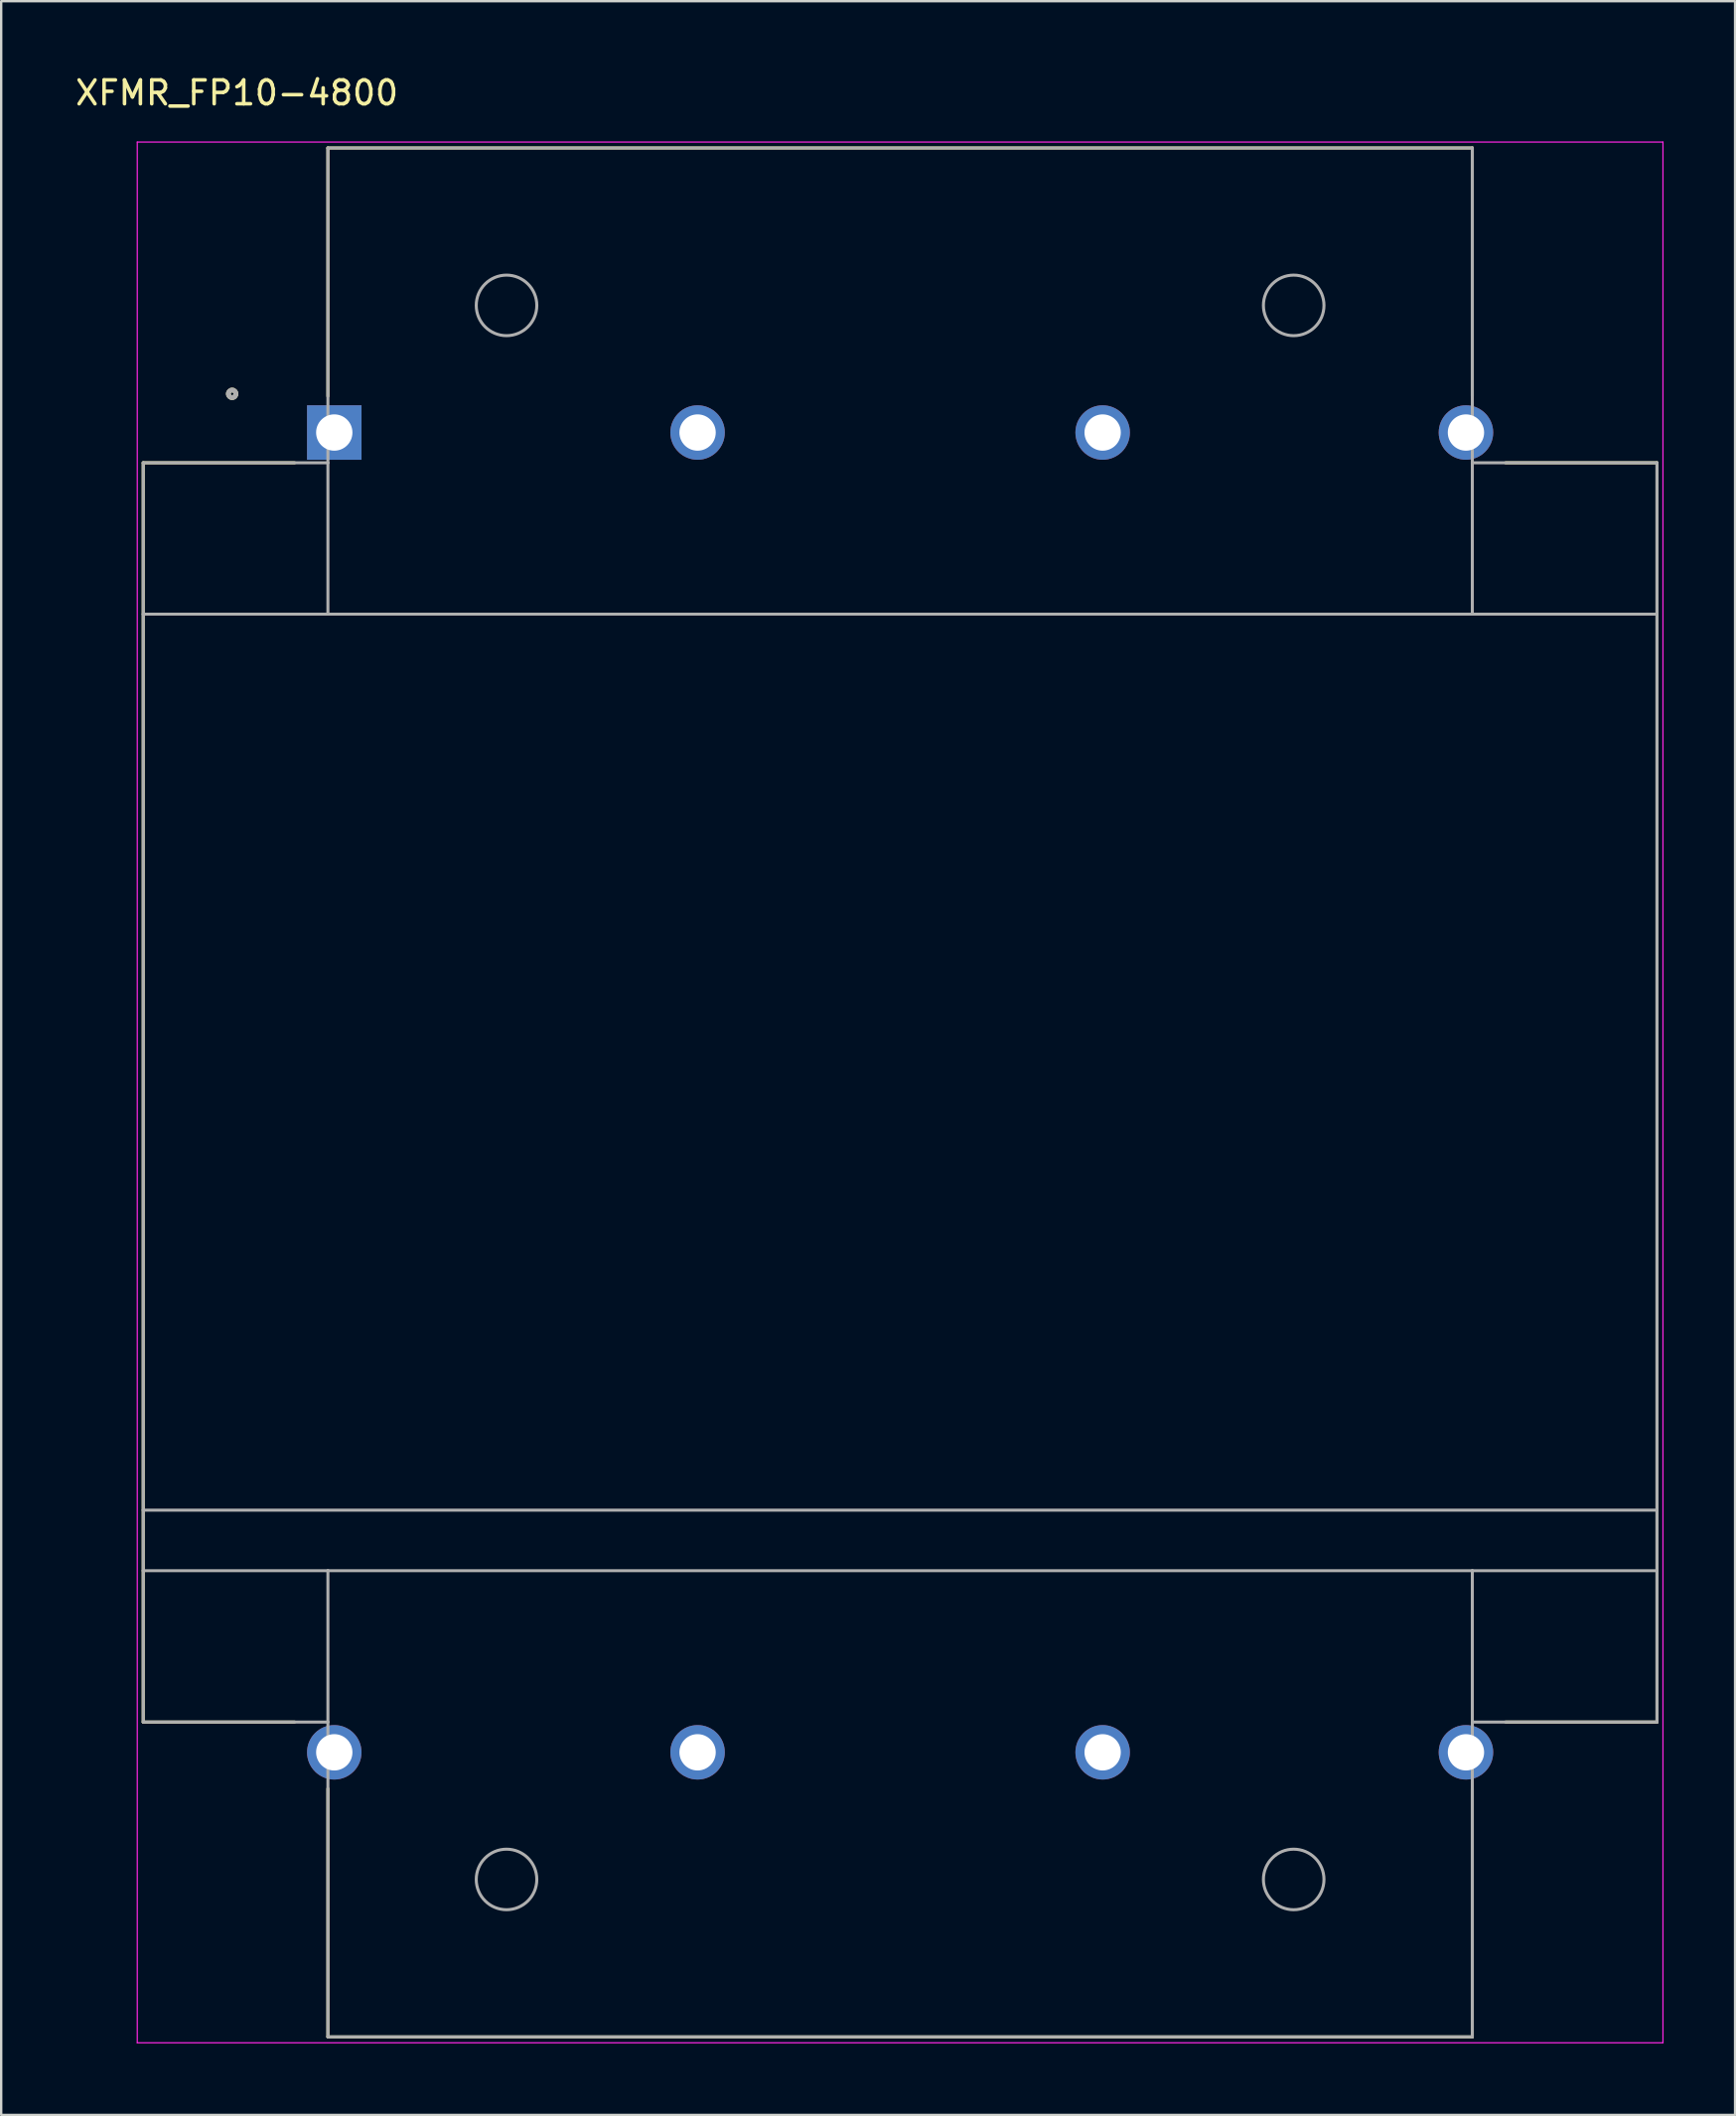
<source format=kicad_pcb>
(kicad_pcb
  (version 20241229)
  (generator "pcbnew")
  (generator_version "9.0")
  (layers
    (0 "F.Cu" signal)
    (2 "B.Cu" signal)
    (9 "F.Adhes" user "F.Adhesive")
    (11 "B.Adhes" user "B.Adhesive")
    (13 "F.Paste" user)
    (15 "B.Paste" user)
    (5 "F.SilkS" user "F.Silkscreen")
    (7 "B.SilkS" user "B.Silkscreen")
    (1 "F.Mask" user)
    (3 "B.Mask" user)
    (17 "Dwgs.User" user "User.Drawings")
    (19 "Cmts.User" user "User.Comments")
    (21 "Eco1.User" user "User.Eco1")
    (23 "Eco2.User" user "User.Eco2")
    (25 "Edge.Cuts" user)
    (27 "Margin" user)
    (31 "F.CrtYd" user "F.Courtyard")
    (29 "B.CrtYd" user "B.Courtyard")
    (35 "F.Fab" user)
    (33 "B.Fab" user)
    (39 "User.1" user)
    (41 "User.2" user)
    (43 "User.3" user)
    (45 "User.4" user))
  (footprint "XFMR_FP10-4800"
    (layer "F.Cu")
    (at 34.708 42.783)
    (property "Reference" "XFMR_FP10-4800" (at -27.821 -41.935 0) (layer "F.SilkS") (effects (font (size 1 1) (thickness 0.15))))
    (attr through_hole)
    (fp_line (start -31.75 -26.416) (end -31.75 26.416) (stroke (width 0.127) (type solid)) (layer "F.SilkS"))
    (fp_line (start -31.75 -26.416) (end -25.4 -26.416) (stroke (width 0.127) (type solid)) (layer "F.SilkS"))
    (fp_line (start -25.4 26.416) (end -31.75 26.416) (stroke (width 0.127) (type solid)) (layer "F.SilkS"))
    (fp_line (start -24.003 -39.624) (end 24.003 -39.624) (stroke (width 0.127) (type solid)) (layer "F.SilkS"))
    (fp_line (start -24.003 -29.21) (end -24.003 -39.624) (stroke (width 0.127) (type solid)) (layer "F.SilkS"))
    (fp_line (start -24.003 39.624) (end -24.003 29.21) (stroke (width 0.127) (type solid)) (layer "F.SilkS"))
    (fp_line (start 24.003 -39.624) (end 24.003 -29.21) (stroke (width 0.127) (type solid)) (layer "F.SilkS"))
    (fp_line (start 24.003 29.21) (end 24.003 39.624) (stroke (width 0.127) (type solid)) (layer "F.SilkS"))
    (fp_line (start 24.003 39.624) (end -24.003 39.624) (stroke (width 0.127) (type solid)) (layer "F.SilkS"))
    (fp_line (start 25.4 -26.416) (end 31.75 -26.416) (stroke (width 0.127) (type solid)) (layer "F.SilkS"))
    (fp_line (start 31.75 26.416) (end 25.4 26.416) (stroke (width 0.127) (type solid)) (layer "F.SilkS"))
    (fp_line (start 31.75 26.416) (end 31.75 -26.416) (stroke (width 0.127) (type solid)) (layer "F.SilkS"))
    (fp_circle (center -28.02 -29.31) (end -27.862 -29.31) (stroke (width 0.2) (type solid)) (fill no) (layer "F.SilkS"))
    (fp_line (start -32 -39.874) (end 32 -39.874) (stroke (width 0.05) (type solid)) (layer "F.CrtYd"))
    (fp_line (start -32 39.874) (end -32 -39.874) (stroke (width 0.05) (type solid)) (layer "F.CrtYd"))
    (fp_line (start 32 -39.874) (end 32 39.874) (stroke (width 0.05) (type solid)) (layer "F.CrtYd"))
    (fp_line (start 32 39.874) (end -32 39.874) (stroke (width 0.05) (type solid)) (layer "F.CrtYd"))
    (fp_line (start -31.75 -26.416) (end -24.003 -26.416) (stroke (width 0.127) (type solid)) (layer "F.Fab"))
    (fp_line (start -31.75 -20.066) (end -31.75 -26.416) (stroke (width 0.127) (type solid)) (layer "F.Fab"))
    (fp_line (start -31.75 -20.066) (end -31.75 17.526) (stroke (width 0.127) (type solid)) (layer "F.Fab"))
    (fp_line (start -31.75 20.066) (end -31.75 17.526) (stroke (width 0.127) (type solid)) (layer "F.Fab"))
    (fp_line (start -31.75 20.066) (end -24.003 20.066) (stroke (width 0.127) (type solid)) (layer "F.Fab"))
    (fp_line (start -31.75 26.416) (end -31.75 20.066) (stroke (width 0.127) (type solid)) (layer "F.Fab"))
    (fp_line (start -24.003 -39.624) (end 24.003 -39.624) (stroke (width 0.127) (type solid)) (layer "F.Fab"))
    (fp_line (start -24.003 -26.416) (end -24.003 -39.624) (stroke (width 0.127) (type solid)) (layer "F.Fab"))
    (fp_line (start -24.003 -26.416) (end -24.003 -20.066) (stroke (width 0.127) (type solid)) (layer "F.Fab"))
    (fp_line (start -24.003 -20.066) (end -31.75 -20.066) (stroke (width 0.127) (type solid)) (layer "F.Fab"))
    (fp_line (start -24.003 20.066) (end -24.003 26.416) (stroke (width 0.127) (type solid)) (layer "F.Fab"))
    (fp_line (start -24.003 20.066) (end 24.003 20.066) (stroke (width 0.127) (type solid)) (layer "F.Fab"))
    (fp_line (start -24.003 26.416) (end -31.75 26.416) (stroke (width 0.127) (type solid)) (layer "F.Fab"))
    (fp_line (start -24.003 39.624) (end -24.003 26.416) (stroke (width 0.127) (type solid)) (layer "F.Fab"))
    (fp_line (start 24.003 -39.624) (end 24.003 -26.416) (stroke (width 0.127) (type solid)) (layer "F.Fab"))
    (fp_line (start 24.003 -26.416) (end 31.75 -26.416) (stroke (width 0.127) (type solid)) (layer "F.Fab"))
    (fp_line (start 24.003 -20.066) (end -24.003 -20.066) (stroke (width 0.127) (type solid)) (layer "F.Fab"))
    (fp_line (start 24.003 -20.066) (end 24.003 -26.416) (stroke (width 0.127) (type solid)) (layer "F.Fab"))
    (fp_line (start 24.003 20.066) (end 31.75 20.066) (stroke (width 0.127) (type solid)) (layer "F.Fab"))
    (fp_line (start 24.003 26.416) (end 24.003 20.066) (stroke (width 0.127) (type solid)) (layer "F.Fab"))
    (fp_line (start 24.003 26.416) (end 24.003 39.624) (stroke (width 0.127) (type solid)) (layer "F.Fab"))
    (fp_line (start 24.003 39.624) (end -24.003 39.624) (stroke (width 0.127) (type solid)) (layer "F.Fab"))
    (fp_line (start 31.75 -26.416) (end 31.75 -20.066) (stroke (width 0.127) (type solid)) (layer "F.Fab"))
    (fp_line (start 31.75 -20.066) (end 24.003 -20.066) (stroke (width 0.127) (type solid)) (layer "F.Fab"))
    (fp_line (start 31.75 -20.066) (end 31.75 17.526) (stroke (width 0.127) (type solid)) (layer "F.Fab"))
    (fp_line (start 31.75 17.526) (end -31.75 17.526) (stroke (width 0.127) (type solid)) (layer "F.Fab"))
    (fp_line (start 31.75 20.066) (end 31.75 17.526) (stroke (width 0.127) (type solid)) (layer "F.Fab"))
    (fp_line (start 31.75 20.066) (end 31.75 26.416) (stroke (width 0.127) (type solid)) (layer "F.Fab"))
    (fp_line (start 31.75 26.416) (end 24.003 26.416) (stroke (width 0.127) (type solid)) (layer "F.Fab"))
    (fp_circle (center -28.02 -29.31) (end -27.862 -29.31) (stroke (width 0.2) (type solid)) (fill no) (layer "F.Fab"))
    (fp_circle (center -16.51 -33.02) (end -15.24 -33.02) (stroke (width 0.127) (type solid)) (fill no) (layer "F.Fab"))
    (fp_circle (center -16.51 33.02) (end -15.24 33.02) (stroke (width 0.127) (type solid)) (fill no) (layer "F.Fab"))
    (fp_circle (center 16.51 -33.02) (end 17.78 -33.02) (stroke (width 0.127) (type solid)) (fill no) (layer "F.Fab"))
    (fp_circle (center 16.51 33.02) (end 17.78 33.02) (stroke (width 0.127) (type solid)) (fill no) (layer "F.Fab"))
    (pad "1" thru_hole rect (at -23.736 -27.686) (size 2.286 2.286) (drill 1.524) (layers "*.Cu" "*.Mask"))
    (pad "2" thru_hole circle (at -8.496 -27.686) (size 2.286 2.286) (drill 1.524) (layers "*.Cu" "*.Mask"))
    (pad "3" thru_hole circle (at 23.736 -27.686) (size 2.286 2.286) (drill 1.524) (layers "*.Cu" "*.Mask"))
    (pad "4" thru_hole circle (at 8.496 -27.686) (size 2.286 2.286) (drill 1.524) (layers "*.Cu" "*.Mask"))
    (pad "5" thru_hole circle (at -23.736 27.686) (size 2.286 2.286) (drill 1.524) (layers "*.Cu" "*.Mask"))
    (pad "6" thru_hole circle (at -8.496 27.686) (size 2.286 2.286) (drill 1.524) (layers "*.Cu" "*.Mask"))
    (pad "7" thru_hole circle (at 23.736 27.686) (size 2.286 2.286) (drill 1.524) (layers "*.Cu" "*.Mask"))
    (pad "8" thru_hole circle (at 8.496 27.686) (size 2.286 2.286) (drill 1.524) (layers "*.Cu" "*.Mask")))
  (gr_rect
    (start -3 -3)
    (end 69.733 85.682)
    (stroke (width 0.1) (type default))
    (fill no)
    (layer "Edge.Cuts")))
</source>
